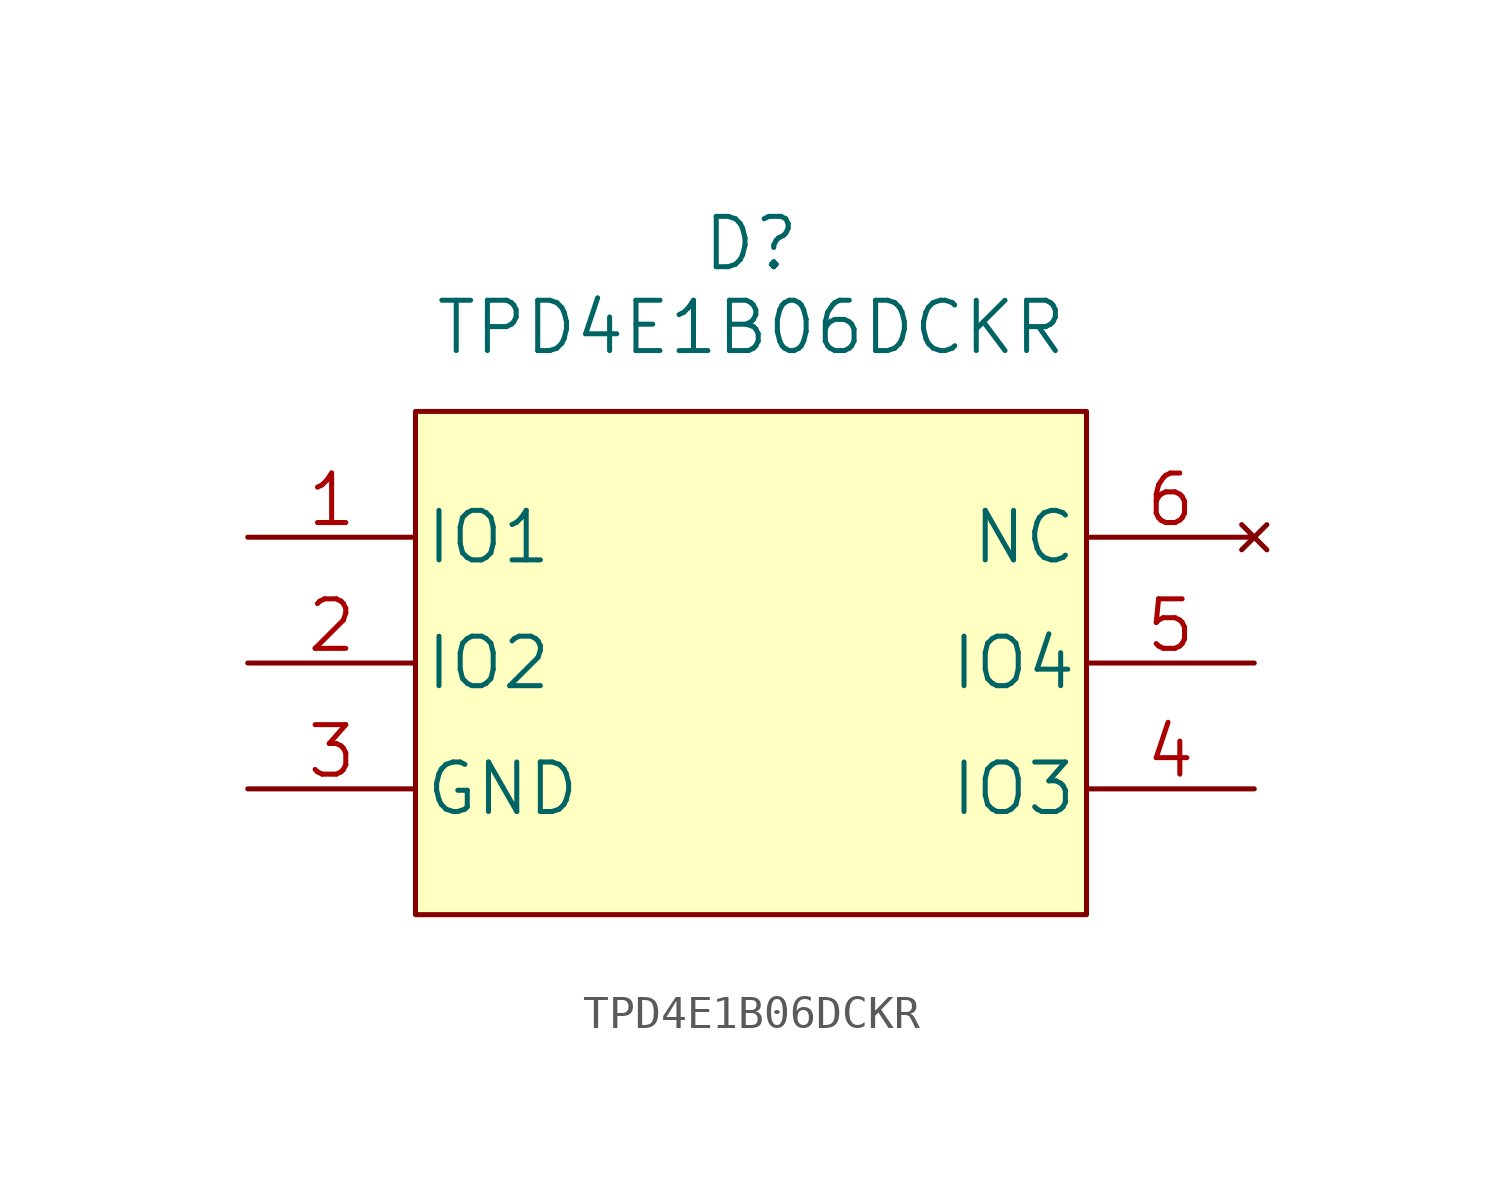
<source format=kicad_sym>
(kicad_symbol_lib
  (version 20211014)
  (generator kicad_symbol_editor)
  (symbol "TPD4E1B06DCKR"
    (pin_names
      (offset 0.254))
    (property "Reference" "D"
      (at 15.24 10.16 0)
      (effects (font (size 1.524 1.524))))
    (property "Value" "TPD4E1B06DCKR"
      (at 15.24 7.62 0)
      (effects (font (size 1.524 1.524))))
    (property "Datasheet" ""
      (at 0 0 0)
      (effects (font (size 1.524 1.524))))
    (property "ki_locked" ""
      (at 0 0 0)
      (effects (font (size 1.27 1.27))))
    (symbol "TPD4E1B06DCKR_1_1"
      (rectangle (start 5.08 5.08) (end 25.4 -10.16) (stroke (width 0) (type default) (color 0 0 0 0)) (fill (type background)))
      (pin bidirectional line (at 0 1.27 0) (length 5.08) (name "IO1" (effects (font (size 1.499 1.499)))) (number "1" (effects (font (size 1.499 1.499)))))
      (pin bidirectional line (at 0 -2.54 0) (length 5.08) (name "IO2" (effects (font (size 1.499 1.499)))) (number "2" (effects (font (size 1.499 1.499)))))
      (pin power_in line (at 0 -6.35 0) (length 5.08) (name "GND" (effects (font (size 1.499 1.499)))) (number "3" (effects (font (size 1.499 1.499)))))
      (pin bidirectional line (at 30.48 -6.35 180) (length 5.08) (name "IO3" (effects (font (size 1.499 1.499)))) (number "4" (effects (font (size 1.499 1.499)))))
      (pin bidirectional line (at 30.48 -2.54 180) (length 5.08) (name "IO4" (effects (font (size 1.499 1.499)))) (number "5" (effects (font (size 1.499 1.499)))))
      (pin no_connect line (at 30.48 1.27 180) (length 5.08) (name "NC" (effects (font (size 1.499 1.499)))) (number "6" (effects (font (size 1.499 1.499))))))))
</source>
